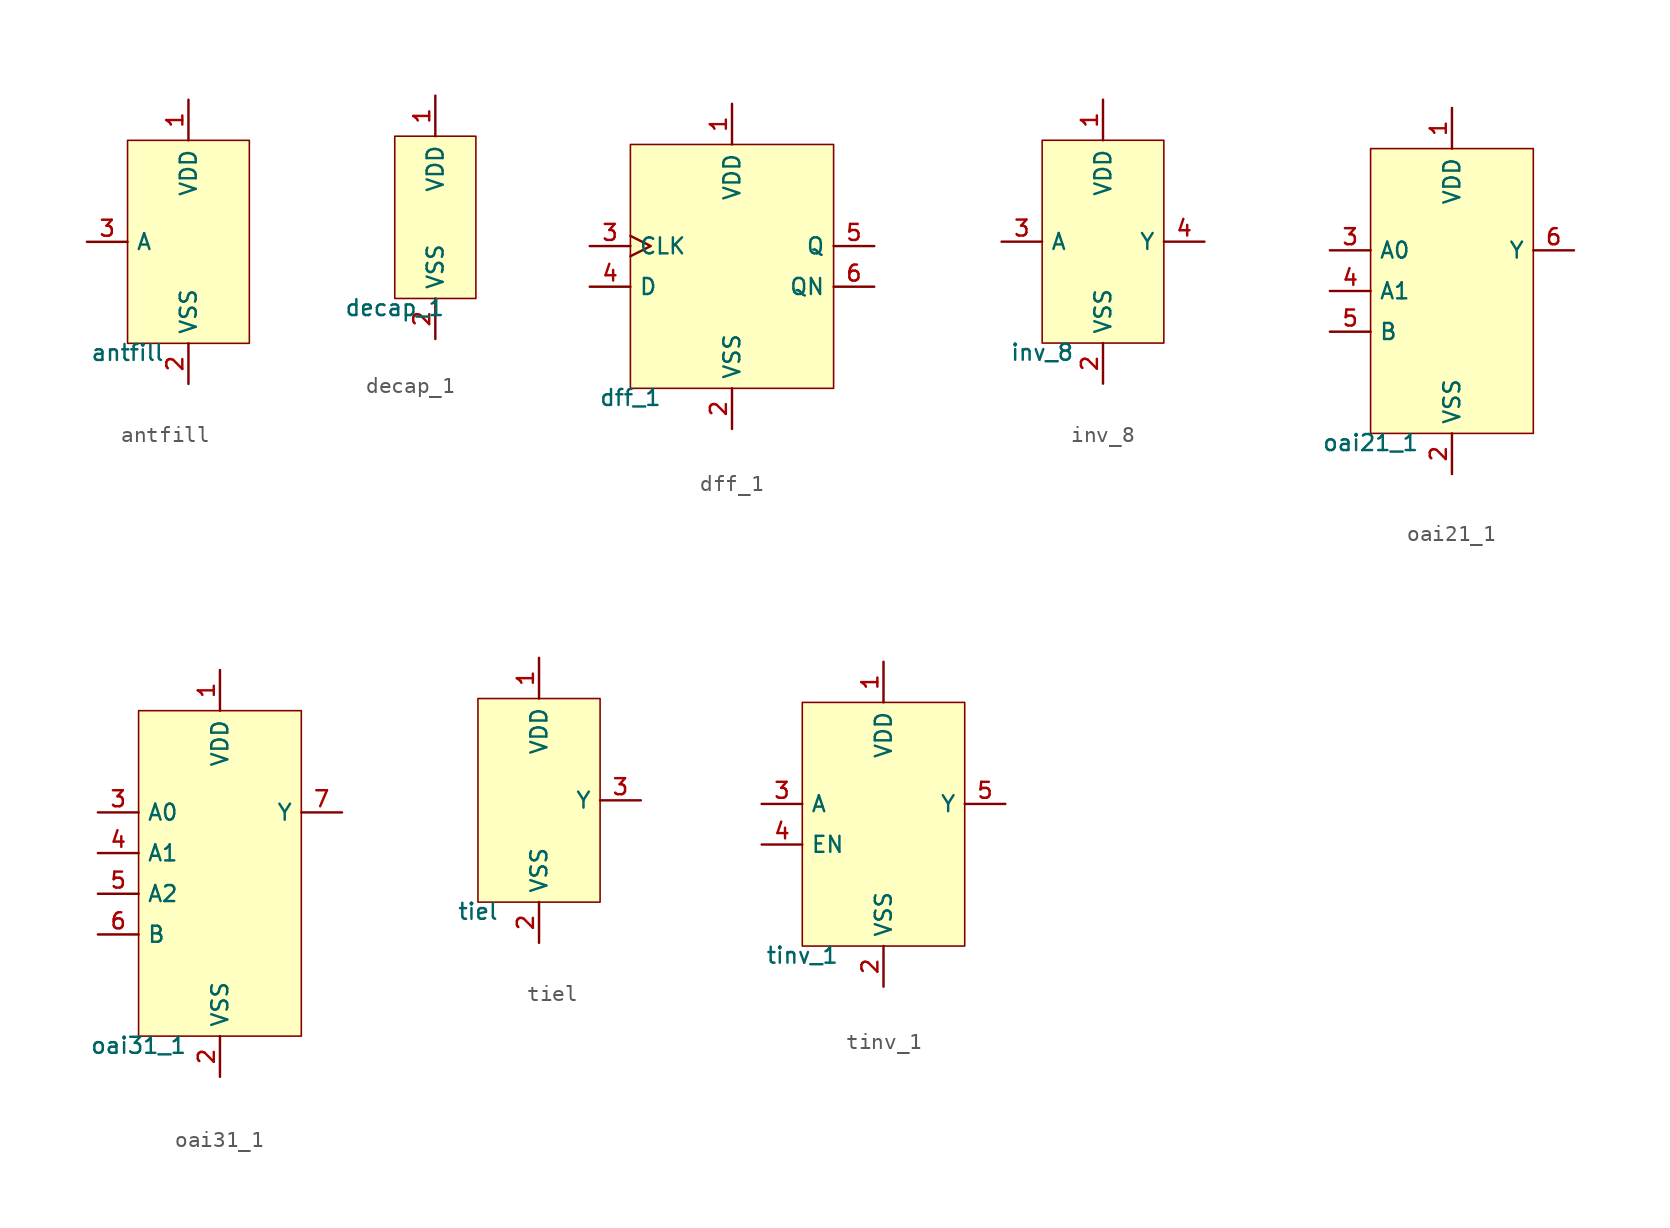
<source format=kicad_sym>
(kicad_symbol_lib
  (version 20211014)
  (generator pdk2kicad)
  (symbol "antfill"
    (property "Reference" "X"
      (at 0 0 0)
      (effects (font (size 1 1)) hide))
    (property "Value" "antfill"
      (at -3.81 -6.35 0)
      (effects (font (size 1 1)) (justify top)))
    (rectangle
      (start -3.81 -6.35)
      (end 3.81 6.35)
      (stroke (width 0.1) (type solid) (color 0 0 0 0))
      (fill (type background)))
    (pin power_in line
      (at 0.0 8.89 270)
      (length 2.54)
      (name "VDD" (effects (font (size 1 1)) hide))
      (number "1" (effects (font (size 1 1)) hide)))
    (pin power_in line
      (at 0.0 -8.89 90)
      (length 2.54)
      (name "VSS" (effects (font (size 1 1)) hide))
      (number "2" (effects (font (size 1 1)) hide)))
    (pin input line
      (at -6.35 -4.440892098500626e-16 0)
      (length 2.54)
      (name "A" (effects (font (size 1 1)) hide))
      (number "3" (effects (font (size 1 1)) hide))))
  (symbol "decap_1"
    (property "Reference" "X"
      (at 0 0 0)
      (effects (font (size 1 1)) hide))
    (property "Value" "decap_1"
      (at -2.54 -5.08 0)
      (effects (font (size 1 1)) (justify top)))
    (rectangle
      (start -2.54 -5.08)
      (end 2.54 5.08)
      (stroke (width 0.1) (type solid) (color 0 0 0 0))
      (fill (type background)))
    (pin power_in line
      (at 0.0 7.62 270)
      (length 2.54)
      (name "VDD" (effects (font (size 1 1)) hide))
      (number "1" (effects (font (size 1 1)) hide)))
    (pin power_in line
      (at 0.0 -7.62 90)
      (length 2.54)
      (name "VSS" (effects (font (size 1 1)) hide))
      (number "2" (effects (font (size 1 1)) hide))))
  (symbol "dff_1"
    (property "Reference" "X"
      (at 0 0 0)
      (effects (font (size 1 1)) hide))
    (property "Value" "dff_1"
      (at -6.35 -7.62 0)
      (effects (font (size 1 1)) (justify top)))
    (rectangle
      (start -6.35 -7.62)
      (end 6.35 7.62)
      (stroke (width 0.1) (type solid) (color 0 0 0 0))
      (fill (type background)))
    (pin power_in line
      (at 4.440892098500626e-16 10.16 270)
      (length 2.54)
      (name "VDD" (effects (font (size 1 1)) hide))
      (number "1" (effects (font (size 1 1)) hide)))
    (pin power_in line
      (at 4.440892098500626e-16 -10.16 90)
      (length 2.54)
      (name "VSS" (effects (font (size 1 1)) hide))
      (number "2" (effects (font (size 1 1)) hide)))
    (pin input clock
      (at -8.89 1.27 0)
      (length 2.54)
      (name "CLK" (effects (font (size 1 1)) hide))
      (number "3" (effects (font (size 1 1)) hide)))
    (pin input line
      (at -8.89 -1.27 0)
      (length 2.54)
      (name "D" (effects (font (size 1 1)) hide))
      (number "4" (effects (font (size 1 1)) hide)))
    (pin output line
      (at 8.89 1.27 180)
      (length 2.54)
      (name "Q" (effects (font (size 1 1)) hide))
      (number "5" (effects (font (size 1 1)) hide)))
    (pin output line
      (at 8.89 -1.27 180)
      (length 2.54)
      (name "QN" (effects (font (size 1 1)) hide))
      (number "6" (effects (font (size 1 1)) hide))))
  (symbol "inv_8"
    (property "Reference" "X"
      (at 0 0 0)
      (effects (font (size 1 1)) hide))
    (property "Value" "inv_8"
      (at -3.81 -6.35 0)
      (effects (font (size 1 1)) (justify top)))
    (rectangle
      (start -3.81 -6.35)
      (end 3.81 6.35)
      (stroke (width 0.1) (type solid) (color 0 0 0 0))
      (fill (type background)))
    (pin power_in line
      (at 0.0 8.89 270)
      (length 2.54)
      (name "VDD" (effects (font (size 1 1)) hide))
      (number "1" (effects (font (size 1 1)) hide)))
    (pin power_in line
      (at 0.0 -8.89 90)
      (length 2.54)
      (name "VSS" (effects (font (size 1 1)) hide))
      (number "2" (effects (font (size 1 1)) hide)))
    (pin input line
      (at -6.35 -4.440892098500626e-16 0)
      (length 2.54)
      (name "A" (effects (font (size 1 1)) hide))
      (number "3" (effects (font (size 1 1)) hide)))
    (pin output line
      (at 6.35 -4.440892098500626e-16 180)
      (length 2.54)
      (name "Y" (effects (font (size 1 1)) hide))
      (number "4" (effects (font (size 1 1)) hide))))
  (symbol "oai21_1"
    (property "Reference" "X"
      (at 0 0 0)
      (effects (font (size 1 1)) hide))
    (property "Value" "oai21_1"
      (at -5.08 -8.89 0)
      (effects (font (size 1 1)) (justify top)))
    (rectangle
      (start -5.08 -8.89)
      (end 5.08 8.89)
      (stroke (width 0.1) (type solid) (color 0 0 0 0))
      (fill (type background)))
    (pin power_in line
      (at 0.0 11.43 270)
      (length 2.54)
      (name "VDD" (effects (font (size 1 1)) hide))
      (number "1" (effects (font (size 1 1)) hide)))
    (pin power_in line
      (at 0.0 -11.43 90)
      (length 2.54)
      (name "VSS" (effects (font (size 1 1)) hide))
      (number "2" (effects (font (size 1 1)) hide)))
    (pin input line
      (at -7.62 2.54 0)
      (length 2.54)
      (name "A0" (effects (font (size 1 1)) hide))
      (number "3" (effects (font (size 1 1)) hide)))
    (pin input line
      (at -7.62 4.440892098500626e-16 0)
      (length 2.54)
      (name "A1" (effects (font (size 1 1)) hide))
      (number "4" (effects (font (size 1 1)) hide)))
    (pin input line
      (at -7.62 -2.54 0)
      (length 2.54)
      (name "B" (effects (font (size 1 1)) hide))
      (number "5" (effects (font (size 1 1)) hide)))
    (pin output line
      (at 7.62 2.54 180)
      (length 2.54)
      (name "Y" (effects (font (size 1 1)) hide))
      (number "6" (effects (font (size 1 1)) hide))))
  (symbol "oai31_1"
    (property "Reference" "X"
      (at 0 0 0)
      (effects (font (size 1 1)) hide))
    (property "Value" "oai31_1"
      (at -5.08 -10.16 0)
      (effects (font (size 1 1)) (justify top)))
    (rectangle
      (start -5.08 -10.16)
      (end 5.08 10.16)
      (stroke (width 0.1) (type solid) (color 0 0 0 0))
      (fill (type background)))
    (pin power_in line
      (at 0.0 12.7 270)
      (length 2.54)
      (name "VDD" (effects (font (size 1 1)) hide))
      (number "1" (effects (font (size 1 1)) hide)))
    (pin power_in line
      (at 0.0 -12.7 90)
      (length 2.54)
      (name "VSS" (effects (font (size 1 1)) hide))
      (number "2" (effects (font (size 1 1)) hide)))
    (pin input line
      (at -7.62 3.81 0)
      (length 2.54)
      (name "A0" (effects (font (size 1 1)) hide))
      (number "3" (effects (font (size 1 1)) hide)))
    (pin input line
      (at -7.62 1.27 0)
      (length 2.54)
      (name "A1" (effects (font (size 1 1)) hide))
      (number "4" (effects (font (size 1 1)) hide)))
    (pin input line
      (at -7.62 -1.27 0)
      (length 2.54)
      (name "A2" (effects (font (size 1 1)) hide))
      (number "5" (effects (font (size 1 1)) hide)))
    (pin input line
      (at -7.62 -3.81 0)
      (length 2.54)
      (name "B" (effects (font (size 1 1)) hide))
      (number "6" (effects (font (size 1 1)) hide)))
    (pin output line
      (at 7.62 3.81 180)
      (length 2.54)
      (name "Y" (effects (font (size 1 1)) hide))
      (number "7" (effects (font (size 1 1)) hide))))
  (symbol "tiel"
    (property "Reference" "X"
      (at 0 0 0)
      (effects (font (size 1 1)) hide))
    (property "Value" "tiel"
      (at -3.81 -6.35 0)
      (effects (font (size 1 1)) (justify top)))
    (rectangle
      (start -3.81 -6.35)
      (end 3.81 6.35)
      (stroke (width 0.1) (type solid) (color 0 0 0 0))
      (fill (type background)))
    (pin power_in line
      (at 0.0 8.89 270)
      (length 2.54)
      (name "VDD" (effects (font (size 1 1)) hide))
      (number "1" (effects (font (size 1 1)) hide)))
    (pin power_in line
      (at 0.0 -8.89 90)
      (length 2.54)
      (name "VSS" (effects (font (size 1 1)) hide))
      (number "2" (effects (font (size 1 1)) hide)))
    (pin output line
      (at 6.35 -4.440892098500626e-16 180)
      (length 2.54)
      (name "Y" (effects (font (size 1 1)) hide))
      (number "3" (effects (font (size 1 1)) hide))))
  (symbol "tinv_1"
    (property "Reference" "X"
      (at 0 0 0)
      (effects (font (size 1 1)) hide))
    (property "Value" "tinv_1"
      (at -5.08 -7.62 0)
      (effects (font (size 1 1)) (justify top)))
    (rectangle
      (start -5.08 -7.62)
      (end 5.08 7.62)
      (stroke (width 0.1) (type solid) (color 0 0 0 0))
      (fill (type background)))
    (pin power_in line
      (at 0.0 10.16 270)
      (length 2.54)
      (name "VDD" (effects (font (size 1 1)) hide))
      (number "1" (effects (font (size 1 1)) hide)))
    (pin power_in line
      (at 0.0 -10.16 90)
      (length 2.54)
      (name "VSS" (effects (font (size 1 1)) hide))
      (number "2" (effects (font (size 1 1)) hide)))
    (pin input line
      (at -7.62 1.27 0)
      (length 2.54)
      (name "A" (effects (font (size 1 1)) hide))
      (number "3" (effects (font (size 1 1)) hide)))
    (pin input line
      (at -7.62 -1.27 0)
      (length 2.54)
      (name "EN" (effects (font (size 1 1)) hide))
      (number "4" (effects (font (size 1 1)) hide)))
    (pin output line
      (at 7.62 1.27 180)
      (length 2.54)
      (name "Y" (effects (font (size 1 1)) hide))
      (number "5" (effects (font (size 1 1)) hide)))))
</source>
